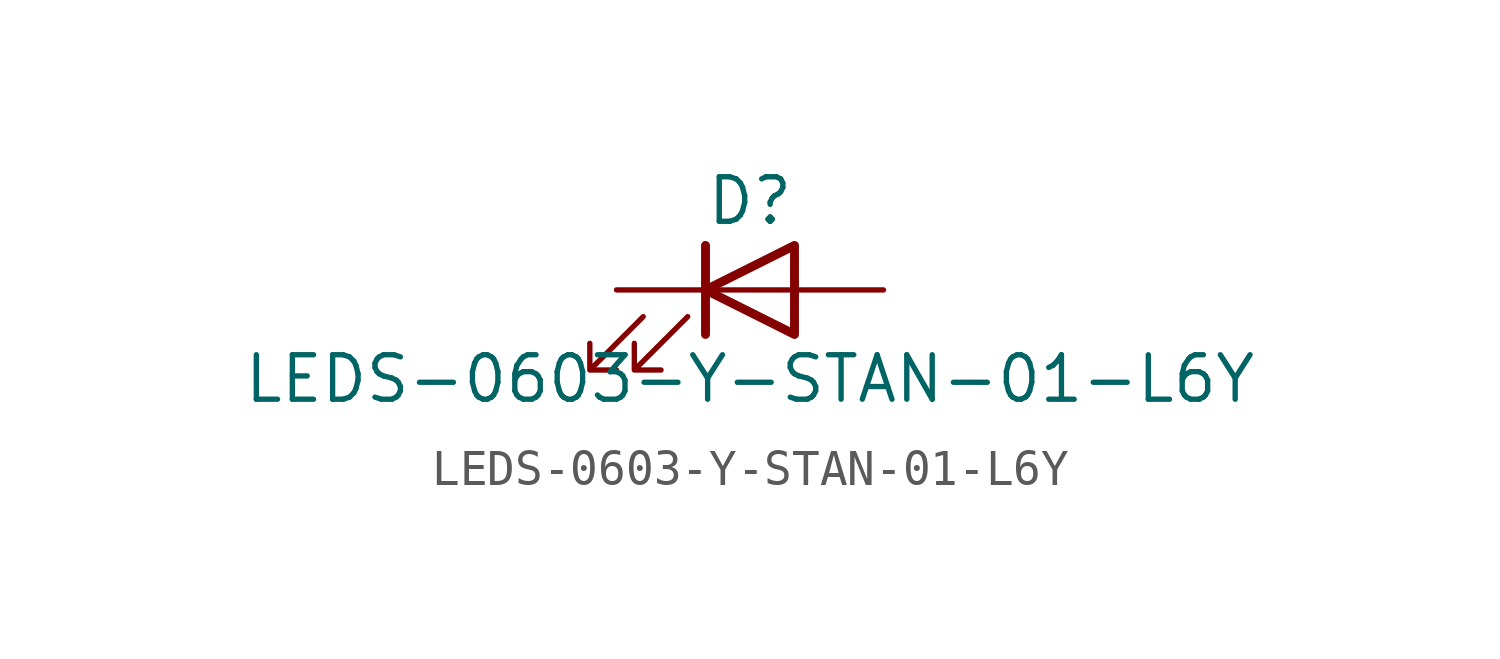
<source format=kicad_sym>
(kicad_symbol_lib
  (version 20211014)
  (generator kicad_symbol_editor)
  (symbol "LEDS-0603-Y-STAN-01-L6Y"
    (pin_numbers hide)
    (pin_names
      (offset 1.016) hide)
    (property "Reference" "D"
      (at 0 2.54 0)
      (effects (font (size 1.27 1.27))))
    (property "Value" "LEDS-0603-Y-STAN-01-L6Y"
      (at 0 -2.54 0)
      (effects (font (size 1.27 1.27))))
    (symbol "LEDS-0603-Y-STAN-01-L6Y_0_1"
      (polyline (pts (xy -1.27 -1.27) (xy -1.27 1.27)) (stroke (width 0.254) (type default) (color 0 0 0 0)) (fill (type none)))
      (polyline (pts (xy -1.27 0) (xy 1.27 0)) (stroke (width 0) (type default) (color 0 0 0 0)) (fill (type none)))
      (polyline (pts (xy 1.27 -1.27) (xy 1.27 1.27) (xy -1.27 0) (xy 1.27 -1.27)) (stroke (width 0.254) (type default) (color 0 0 0 0)) (fill (type none)))
      (polyline (pts (xy -3.048 -0.762) (xy -4.572 -2.286) (xy -3.81 -2.286) (xy -4.572 -2.286) (xy -4.572 -1.524)) (stroke (width 0) (type default) (color 0 0 0 0)) (fill (type none)))
      (polyline (pts (xy -1.778 -0.762) (xy -3.302 -2.286) (xy -2.54 -2.286) (xy -3.302 -2.286) (xy -3.302 -1.524)) (stroke (width 0) (type default) (color 0 0 0 0)) (fill (type none))))
    (symbol "LEDS-0603-Y-STAN-01-L6Y_1_1"
      (pin passive line (at -3.81 0 0) (length 2.54) (name "K" (effects (font (size 1.27 1.27)))) (number "1" (effects (font (size 1.27 1.27)))))
      (pin passive line (at 3.81 0 180) (length 2.54) (name "A" (effects (font (size 1.27 1.27)))) (number "2" (effects (font (size 1.27 1.27))))))))
</source>
